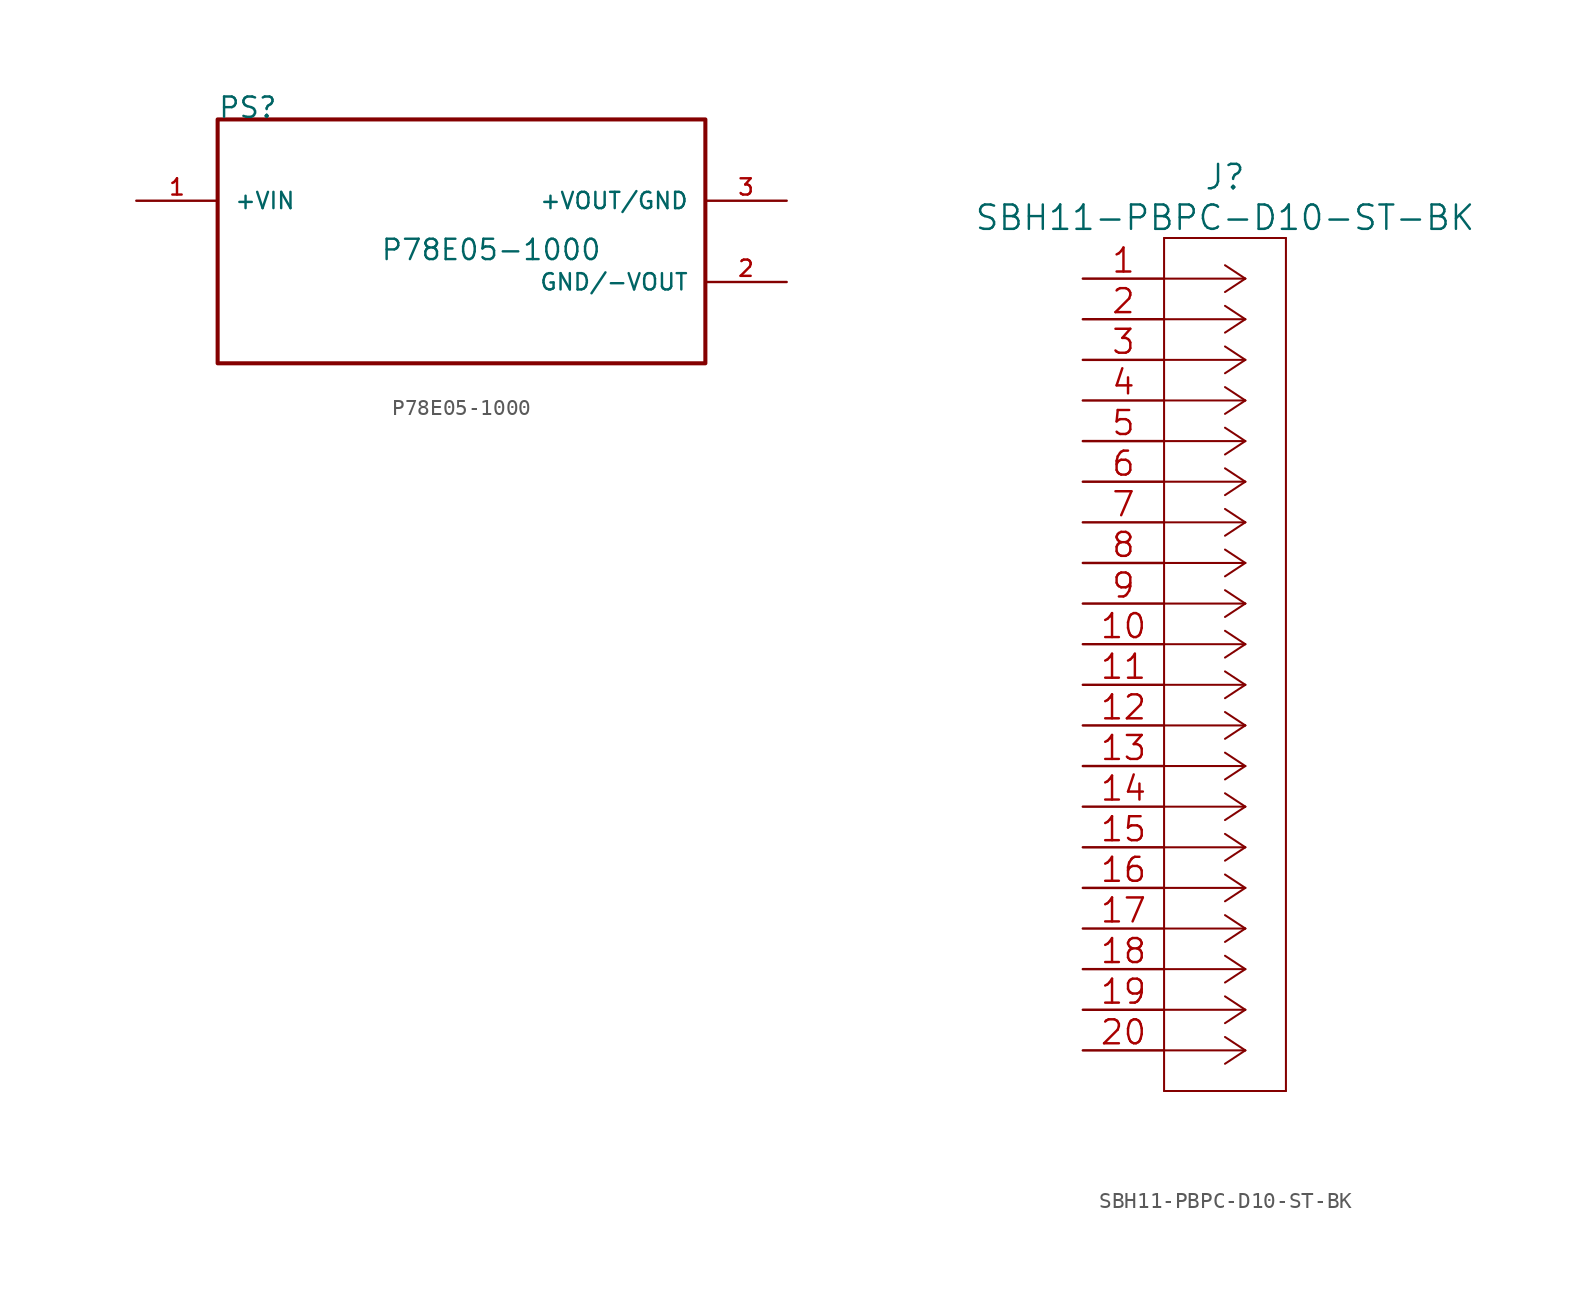
<source format=kicad_sym>
(kicad_symbol_lib
  (version 20211014)
  (generator kicad_symbol_editor)
  (symbol "P78E05-1000"
    (pin_names
      (offset 1.016))
    (property "Reference" "PS"
      (at -15.24 7.62 0)
      (effects (font (size 1.27 1.27)) (justify left bottom)))
    (property "Value" "P78E05-1000"
      (at -5.08 -1.27 0)
      (effects (font (size 1.27 1.27)) (justify left bottom)))
    (symbol "P78E05-1000_0_0"
      (rectangle (start -15.24 -7.62) (end 15.24 7.62) (stroke (width 0.254) (type default) (color 0 0 0 0)) (fill (type none)))
      (pin input line (at -20.32 2.54 0) (length 5.08) (name "+VIN" (effects (font (size 1.016 1.016)))) (number "1" (effects (font (size 1.016 1.016)))))
      (pin power_in line (at 20.32 -2.54 180) (length 5.08) (name "GND/-VOUT" (effects (font (size 1.016 1.016)))) (number "2" (effects (font (size 1.016 1.016)))))
      (pin power_in line (at 20.32 2.54 180) (length 5.08) (name "+VOUT/GND" (effects (font (size 1.016 1.016)))) (number "3" (effects (font (size 1.016 1.016)))))))
  (symbol "SBH11-PBPC-D10-ST-BK"
    (pin_names
      (offset 0.254) hide)
    (property "Reference" "J"
      (at 8.89 6.35 0)
      (effects (font (size 1.524 1.524))))
    (property "Value" "SBH11-PBPC-D10-ST-BK"
      (at 8.89 3.81 0)
      (effects (font (size 1.524 1.524))))
    (property "Datasheet" ""
      (at 0 0 0)
      (effects (font (size 1.524 1.524))))
    (property "ki_locked" ""
      (at 0 0 0)
      (effects (font (size 1.27 1.27))))
    (symbol "SBH11-PBPC-D10-ST-BK_1_1"
      (polyline (pts (xy 5.08 -50.8) (xy 12.7 -50.8)) (stroke (width 0.127) (type default) (color 0 0 0 0)) (fill (type none)))
      (polyline (pts (xy 5.08 2.54) (xy 5.08 -50.8)) (stroke (width 0.127) (type default) (color 0 0 0 0)) (fill (type none)))
      (polyline (pts (xy 10.16 -48.26) (xy 5.08 -48.26)) (stroke (width 0.127) (type default) (color 0 0 0 0)) (fill (type none)))
      (polyline (pts (xy 10.16 -48.26) (xy 8.89 -49.098)) (stroke (width 0.127) (type default) (color 0 0 0 0)) (fill (type none)))
      (polyline (pts (xy 10.16 -48.26) (xy 8.89 -47.422)) (stroke (width 0.127) (type default) (color 0 0 0 0)) (fill (type none)))
      (polyline (pts (xy 10.16 -45.72) (xy 5.08 -45.72)) (stroke (width 0.127) (type default) (color 0 0 0 0)) (fill (type none)))
      (polyline (pts (xy 10.16 -45.72) (xy 8.89 -46.558)) (stroke (width 0.127) (type default) (color 0 0 0 0)) (fill (type none)))
      (polyline (pts (xy 10.16 -45.72) (xy 8.89 -44.882)) (stroke (width 0.127) (type default) (color 0 0 0 0)) (fill (type none)))
      (polyline (pts (xy 10.16 -43.18) (xy 5.08 -43.18)) (stroke (width 0.127) (type default) (color 0 0 0 0)) (fill (type none)))
      (polyline (pts (xy 10.16 -43.18) (xy 8.89 -44.018)) (stroke (width 0.127) (type default) (color 0 0 0 0)) (fill (type none)))
      (polyline (pts (xy 10.16 -43.18) (xy 8.89 -42.342)) (stroke (width 0.127) (type default) (color 0 0 0 0)) (fill (type none)))
      (polyline (pts (xy 10.16 -40.64) (xy 5.08 -40.64)) (stroke (width 0.127) (type default) (color 0 0 0 0)) (fill (type none)))
      (polyline (pts (xy 10.16 -40.64) (xy 8.89 -41.478)) (stroke (width 0.127) (type default) (color 0 0 0 0)) (fill (type none)))
      (polyline (pts (xy 10.16 -40.64) (xy 8.89 -39.802)) (stroke (width 0.127) (type default) (color 0 0 0 0)) (fill (type none)))
      (polyline (pts (xy 10.16 -38.1) (xy 5.08 -38.1)) (stroke (width 0.127) (type default) (color 0 0 0 0)) (fill (type none)))
      (polyline (pts (xy 10.16 -38.1) (xy 8.89 -38.938)) (stroke (width 0.127) (type default) (color 0 0 0 0)) (fill (type none)))
      (polyline (pts (xy 10.16 -38.1) (xy 8.89 -37.262)) (stroke (width 0.127) (type default) (color 0 0 0 0)) (fill (type none)))
      (polyline (pts (xy 10.16 -35.56) (xy 5.08 -35.56)) (stroke (width 0.127) (type default) (color 0 0 0 0)) (fill (type none)))
      (polyline (pts (xy 10.16 -35.56) (xy 8.89 -36.398)) (stroke (width 0.127) (type default) (color 0 0 0 0)) (fill (type none)))
      (polyline (pts (xy 10.16 -35.56) (xy 8.89 -34.722)) (stroke (width 0.127) (type default) (color 0 0 0 0)) (fill (type none)))
      (polyline (pts (xy 10.16 -33.02) (xy 5.08 -33.02)) (stroke (width 0.127) (type default) (color 0 0 0 0)) (fill (type none)))
      (polyline (pts (xy 10.16 -33.02) (xy 8.89 -33.858)) (stroke (width 0.127) (type default) (color 0 0 0 0)) (fill (type none)))
      (polyline (pts (xy 10.16 -33.02) (xy 8.89 -32.182)) (stroke (width 0.127) (type default) (color 0 0 0 0)) (fill (type none)))
      (polyline (pts (xy 10.16 -30.48) (xy 5.08 -30.48)) (stroke (width 0.127) (type default) (color 0 0 0 0)) (fill (type none)))
      (polyline (pts (xy 10.16 -30.48) (xy 8.89 -31.318)) (stroke (width 0.127) (type default) (color 0 0 0 0)) (fill (type none)))
      (polyline (pts (xy 10.16 -30.48) (xy 8.89 -29.642)) (stroke (width 0.127) (type default) (color 0 0 0 0)) (fill (type none)))
      (polyline (pts (xy 10.16 -27.94) (xy 5.08 -27.94)) (stroke (width 0.127) (type default) (color 0 0 0 0)) (fill (type none)))
      (polyline (pts (xy 10.16 -27.94) (xy 8.89 -28.778)) (stroke (width 0.127) (type default) (color 0 0 0 0)) (fill (type none)))
      (polyline (pts (xy 10.16 -27.94) (xy 8.89 -27.102)) (stroke (width 0.127) (type default) (color 0 0 0 0)) (fill (type none)))
      (polyline (pts (xy 10.16 -25.4) (xy 5.08 -25.4)) (stroke (width 0.127) (type default) (color 0 0 0 0)) (fill (type none)))
      (polyline (pts (xy 10.16 -25.4) (xy 8.89 -26.238)) (stroke (width 0.127) (type default) (color 0 0 0 0)) (fill (type none)))
      (polyline (pts (xy 10.16 -25.4) (xy 8.89 -24.562)) (stroke (width 0.127) (type default) (color 0 0 0 0)) (fill (type none)))
      (polyline (pts (xy 10.16 -22.86) (xy 5.08 -22.86)) (stroke (width 0.127) (type default) (color 0 0 0 0)) (fill (type none)))
      (polyline (pts (xy 10.16 -22.86) (xy 8.89 -23.698)) (stroke (width 0.127) (type default) (color 0 0 0 0)) (fill (type none)))
      (polyline (pts (xy 10.16 -22.86) (xy 8.89 -22.022)) (stroke (width 0.127) (type default) (color 0 0 0 0)) (fill (type none)))
      (polyline (pts (xy 10.16 -20.32) (xy 5.08 -20.32)) (stroke (width 0.127) (type default) (color 0 0 0 0)) (fill (type none)))
      (polyline (pts (xy 10.16 -20.32) (xy 8.89 -21.158)) (stroke (width 0.127) (type default) (color 0 0 0 0)) (fill (type none)))
      (polyline (pts (xy 10.16 -20.32) (xy 8.89 -19.482)) (stroke (width 0.127) (type default) (color 0 0 0 0)) (fill (type none)))
      (polyline (pts (xy 10.16 -17.78) (xy 5.08 -17.78)) (stroke (width 0.127) (type default) (color 0 0 0 0)) (fill (type none)))
      (polyline (pts (xy 10.16 -17.78) (xy 8.89 -18.618)) (stroke (width 0.127) (type default) (color 0 0 0 0)) (fill (type none)))
      (polyline (pts (xy 10.16 -17.78) (xy 8.89 -16.942)) (stroke (width 0.127) (type default) (color 0 0 0 0)) (fill (type none)))
      (polyline (pts (xy 10.16 -15.24) (xy 5.08 -15.24)) (stroke (width 0.127) (type default) (color 0 0 0 0)) (fill (type none)))
      (polyline (pts (xy 10.16 -15.24) (xy 8.89 -16.078)) (stroke (width 0.127) (type default) (color 0 0 0 0)) (fill (type none)))
      (polyline (pts (xy 10.16 -15.24) (xy 8.89 -14.402)) (stroke (width 0.127) (type default) (color 0 0 0 0)) (fill (type none)))
      (polyline (pts (xy 10.16 -12.7) (xy 5.08 -12.7)) (stroke (width 0.127) (type default) (color 0 0 0 0)) (fill (type none)))
      (polyline (pts (xy 10.16 -12.7) (xy 8.89 -13.538)) (stroke (width 0.127) (type default) (color 0 0 0 0)) (fill (type none)))
      (polyline (pts (xy 10.16 -12.7) (xy 8.89 -11.862)) (stroke (width 0.127) (type default) (color 0 0 0 0)) (fill (type none)))
      (polyline (pts (xy 10.16 -10.16) (xy 5.08 -10.16)) (stroke (width 0.127) (type default) (color 0 0 0 0)) (fill (type none)))
      (polyline (pts (xy 10.16 -10.16) (xy 8.89 -10.998)) (stroke (width 0.127) (type default) (color 0 0 0 0)) (fill (type none)))
      (polyline (pts (xy 10.16 -10.16) (xy 8.89 -9.322)) (stroke (width 0.127) (type default) (color 0 0 0 0)) (fill (type none)))
      (polyline (pts (xy 10.16 -7.62) (xy 5.08 -7.62)) (stroke (width 0.127) (type default) (color 0 0 0 0)) (fill (type none)))
      (polyline (pts (xy 10.16 -7.62) (xy 8.89 -8.458)) (stroke (width 0.127) (type default) (color 0 0 0 0)) (fill (type none)))
      (polyline (pts (xy 10.16 -7.62) (xy 8.89 -6.782)) (stroke (width 0.127) (type default) (color 0 0 0 0)) (fill (type none)))
      (polyline (pts (xy 10.16 -5.08) (xy 5.08 -5.08)) (stroke (width 0.127) (type default) (color 0 0 0 0)) (fill (type none)))
      (polyline (pts (xy 10.16 -5.08) (xy 8.89 -5.918)) (stroke (width 0.127) (type default) (color 0 0 0 0)) (fill (type none)))
      (polyline (pts (xy 10.16 -5.08) (xy 8.89 -4.242)) (stroke (width 0.127) (type default) (color 0 0 0 0)) (fill (type none)))
      (polyline (pts (xy 10.16 -2.54) (xy 5.08 -2.54)) (stroke (width 0.127) (type default) (color 0 0 0 0)) (fill (type none)))
      (polyline (pts (xy 10.16 -2.54) (xy 8.89 -3.378)) (stroke (width 0.127) (type default) (color 0 0 0 0)) (fill (type none)))
      (polyline (pts (xy 10.16 -2.54) (xy 8.89 -1.702)) (stroke (width 0.127) (type default) (color 0 0 0 0)) (fill (type none)))
      (polyline (pts (xy 10.16 0) (xy 5.08 0)) (stroke (width 0.127) (type default) (color 0 0 0 0)) (fill (type none)))
      (polyline (pts (xy 10.16 0) (xy 8.89 -0.838)) (stroke (width 0.127) (type default) (color 0 0 0 0)) (fill (type none)))
      (polyline (pts (xy 10.16 0) (xy 8.89 0.838)) (stroke (width 0.127) (type default) (color 0 0 0 0)) (fill (type none)))
      (polyline (pts (xy 12.7 -50.8) (xy 12.7 2.54)) (stroke (width 0.127) (type default) (color 0 0 0 0)) (fill (type none)))
      (polyline (pts (xy 12.7 2.54) (xy 5.08 2.54)) (stroke (width 0.127) (type default) (color 0 0 0 0)) (fill (type none)))
      (pin unspecified line (at 0 0 0) (length 5.08) (name "1" (effects (font (size 1.499 1.499)))) (number "1" (effects (font (size 1.499 1.499)))))
      (pin unspecified line (at 0 -22.86 0) (length 5.08) (name "10" (effects (font (size 1.499 1.499)))) (number "10" (effects (font (size 1.499 1.499)))))
      (pin unspecified line (at 0 -25.4 0) (length 5.08) (name "11" (effects (font (size 1.499 1.499)))) (number "11" (effects (font (size 1.499 1.499)))))
      (pin unspecified line (at 0 -27.94 0) (length 5.08) (name "12" (effects (font (size 1.499 1.499)))) (number "12" (effects (font (size 1.499 1.499)))))
      (pin unspecified line (at 0 -30.48 0) (length 5.08) (name "13" (effects (font (size 1.499 1.499)))) (number "13" (effects (font (size 1.499 1.499)))))
      (pin unspecified line (at 0 -33.02 0) (length 5.08) (name "14" (effects (font (size 1.499 1.499)))) (number "14" (effects (font (size 1.499 1.499)))))
      (pin unspecified line (at 0 -35.56 0) (length 5.08) (name "15" (effects (font (size 1.499 1.499)))) (number "15" (effects (font (size 1.499 1.499)))))
      (pin unspecified line (at 0 -38.1 0) (length 5.08) (name "16" (effects (font (size 1.499 1.499)))) (number "16" (effects (font (size 1.499 1.499)))))
      (pin unspecified line (at 0 -40.64 0) (length 5.08) (name "17" (effects (font (size 1.499 1.499)))) (number "17" (effects (font (size 1.499 1.499)))))
      (pin unspecified line (at 0 -43.18 0) (length 5.08) (name "18" (effects (font (size 1.499 1.499)))) (number "18" (effects (font (size 1.499 1.499)))))
      (pin unspecified line (at 0 -45.72 0) (length 5.08) (name "19" (effects (font (size 1.499 1.499)))) (number "19" (effects (font (size 1.499 1.499)))))
      (pin unspecified line (at 0 -2.54 0) (length 5.08) (name "2" (effects (font (size 1.499 1.499)))) (number "2" (effects (font (size 1.499 1.499)))))
      (pin unspecified line (at 0 -48.26 0) (length 5.08) (name "20" (effects (font (size 1.499 1.499)))) (number "20" (effects (font (size 1.499 1.499)))))
      (pin unspecified line (at 0 -5.08 0) (length 5.08) (name "3" (effects (font (size 1.499 1.499)))) (number "3" (effects (font (size 1.499 1.499)))))
      (pin unspecified line (at 0 -7.62 0) (length 5.08) (name "4" (effects (font (size 1.499 1.499)))) (number "4" (effects (font (size 1.499 1.499)))))
      (pin unspecified line (at 0 -10.16 0) (length 5.08) (name "5" (effects (font (size 1.499 1.499)))) (number "5" (effects (font (size 1.499 1.499)))))
      (pin unspecified line (at 0 -12.7 0) (length 5.08) (name "6" (effects (font (size 1.499 1.499)))) (number "6" (effects (font (size 1.499 1.499)))))
      (pin unspecified line (at 0 -15.24 0) (length 5.08) (name "7" (effects (font (size 1.499 1.499)))) (number "7" (effects (font (size 1.499 1.499)))))
      (pin unspecified line (at 0 -17.78 0) (length 5.08) (name "8" (effects (font (size 1.499 1.499)))) (number "8" (effects (font (size 1.499 1.499)))))
      (pin unspecified line (at 0 -20.32 0) (length 5.08) (name "9" (effects (font (size 1.499 1.499)))) (number "9" (effects (font (size 1.499 1.499))))))))
</source>
